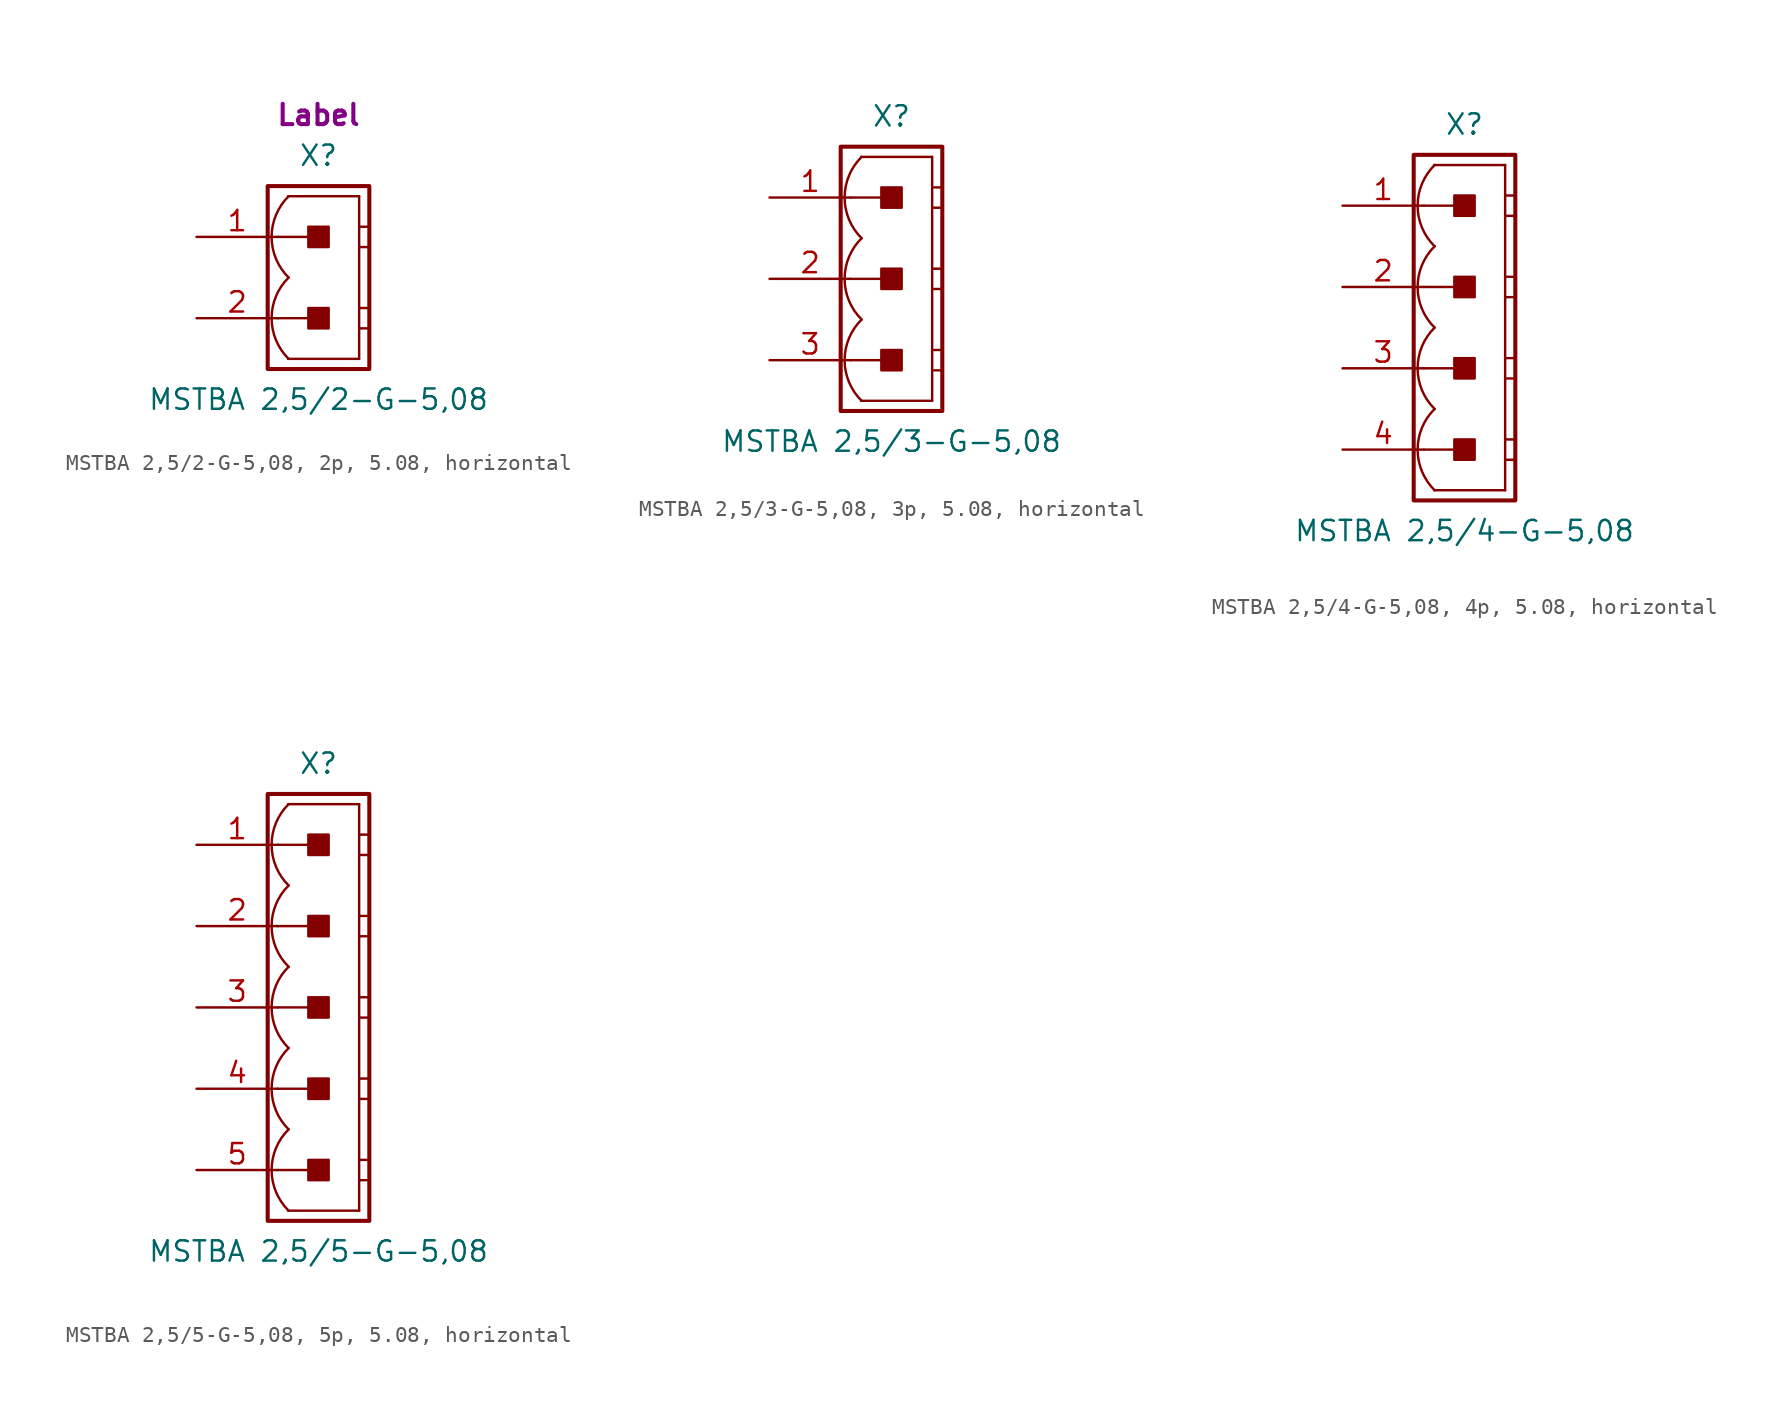
<source format=kicad_sym>
(kicad_symbol_lib
  (version 20241209)
  (generator "kicad_symbol_editor")
  (generator_version "9.0")
  (symbol "MSTBA 2,5/2-G-5,08, 2p, 5.08, horizontal"
    (pin_names
      (offset 1.016)
      (hide yes))
    (property "Reference" "X"
      (at 0 7.62 0)
      (effects (font (size 1.27 1.27))))
    (property "Value" "MSTBA 2,5/2-G-5,08"
      (at 0 -7.62 0)
      (effects (font (size 1.27 1.27))))
    (property "Label" "Label"
      (at 0 10.16 0)
      (effects (font (size 1.27 1.27) (thickness 0.254) (bold yes))))
    (symbol "MSTBA 2,5/2-G-5,08, 2p, 5.08, horizontal_0_1"
      (polyline (pts (xy 2.54 5.08) (xy -1.905 5.08)) (stroke (width 0.152) (type default)) (fill (type none)))
      (polyline (pts (xy 2.54 5.08) (xy 2.54 -5.08)) (stroke (width 0.152) (type default)) (fill (type none)))
      (polyline (pts (xy 2.54 3.175) (xy 3.175 3.175)) (stroke (width 0.152) (type default)) (fill (type none)))
      (polyline (pts (xy 2.54 1.905) (xy 3.175 1.905)) (stroke (width 0.152) (type default)) (fill (type none)))
      (polyline (pts (xy 2.54 -1.905) (xy 3.175 -1.905)) (stroke (width 0.152) (type default)) (fill (type none)))
      (polyline (pts (xy 2.54 -3.175) (xy 3.175 -3.175)) (stroke (width 0.152) (type default)) (fill (type none)))
      (polyline (pts (xy 2.54 -5.08) (xy -1.905 -5.08)) (stroke (width 0.152) (type default)) (fill (type none))))
    (symbol "MSTBA 2,5/2-G-5,08, 2p, 5.08, horizontal_1_0"
      (polyline (pts (xy -2.54 2.54) (xy 0 2.54)) (stroke (width 0.152) (type default)) (fill (type none)))
      (polyline (pts (xy -2.54 -2.54) (xy 0 -2.54)) (stroke (width 0.152) (type default)) (fill (type none))))
    (symbol "MSTBA 2,5/2-G-5,08, 2p, 5.08, horizontal_1_1"
      (rectangle (start -3.175 5.715) (end 3.175 -5.715) (stroke (width 0.254) (type default)) (fill (type none)))
      (rectangle (start -0.635 1.905) (end 0.635 3.175) (stroke (width 0.152) (type default)) (fill (type outline)))
      (rectangle (start -0.635 -3.175) (end 0.635 -1.905) (stroke (width 0.152) (type default)) (fill (type outline)))
      (arc (start -1.8664 0) (mid -2.9299 2.54) (end -1.8664 5.08) (stroke (width 0.1524) (type default)) (fill (type none)))
      (arc (start -1.8664 -5.08) (mid -2.9299 -2.54) (end -1.8664 0) (stroke (width 0.1524) (type default)) (fill (type none)))
      (pin passive line (at -7.62 2.54 0) (length 5.08) (name "1" (effects (font (size 1.27 1.27)))) (number "1" (effects (font (size 1.27 1.27)))))
      (pin passive line (at -7.62 -2.54 0) (length 5.08) (name "2" (effects (font (size 1.27 1.27)))) (number "2" (effects (font (size 1.27 1.27)))))))
  (symbol "MSTBA 2,5/3-G-5,08, 3p, 5.08, horizontal"
    (pin_names
      (offset 1.016)
      (hide yes))
    (property "Reference" "X"
      (at 0 10.16 0)
      (effects (font (size 1.27 1.27))))
    (property "Value" "MSTBA 2,5/3-G-5,08"
      (at 0 -10.16 0)
      (effects (font (size 1.27 1.27))))
    (property "Label" ""
      (at 0 0 0)
      (effects (font (size 1.27 1.27) (thickness 0.254) (bold yes))))
    (symbol "MSTBA 2,5/3-G-5,08, 3p, 5.08, horizontal_0_1"
      (polyline (pts (xy 2.54 7.62) (xy -1.905 7.62)) (stroke (width 0.152) (type default)) (fill (type none)))
      (polyline (pts (xy 2.54 7.62) (xy 2.54 -7.62)) (stroke (width 0.152) (type default)) (fill (type none)))
      (polyline (pts (xy 2.54 5.715) (xy 3.175 5.715)) (stroke (width 0.152) (type default)) (fill (type none)))
      (polyline (pts (xy 2.54 4.445) (xy 3.175 4.445)) (stroke (width 0.152) (type default)) (fill (type none)))
      (polyline (pts (xy 2.54 0.635) (xy 3.175 0.635)) (stroke (width 0.152) (type default)) (fill (type none)))
      (polyline (pts (xy 2.54 -0.635) (xy 3.175 -0.635)) (stroke (width 0.152) (type default)) (fill (type none)))
      (polyline (pts (xy 2.54 -4.445) (xy 3.175 -4.445)) (stroke (width 0.152) (type default)) (fill (type none)))
      (polyline (pts (xy 2.54 -5.715) (xy 3.175 -5.715)) (stroke (width 0.152) (type default)) (fill (type none)))
      (polyline (pts (xy 2.54 -7.62) (xy -1.905 -7.62)) (stroke (width 0.152) (type default)) (fill (type none))))
    (symbol "MSTBA 2,5/3-G-5,08, 3p, 5.08, horizontal_1_0"
      (polyline (pts (xy -2.54 5.08) (xy 0 5.08)) (stroke (width 0.152) (type default)) (fill (type none)))
      (polyline (pts (xy -2.54 0) (xy 0 0)) (stroke (width 0.152) (type default)) (fill (type none)))
      (polyline (pts (xy -2.54 -5.08) (xy 0 -5.08)) (stroke (width 0.152) (type default)) (fill (type none))))
    (symbol "MSTBA 2,5/3-G-5,08, 3p, 5.08, horizontal_1_1"
      (rectangle (start -3.175 8.255) (end 3.175 -8.255) (stroke (width 0.254) (type default)) (fill (type none)))
      (rectangle (start -0.635 4.445) (end 0.635 5.715) (stroke (width 0.152) (type default)) (fill (type outline)))
      (rectangle (start -0.635 -0.635) (end 0.635 0.635) (stroke (width 0.152) (type default)) (fill (type outline)))
      (rectangle (start -0.635 -5.715) (end 0.635 -4.445) (stroke (width 0.152) (type default)) (fill (type outline)))
      (arc (start -1.8664 2.54) (mid -2.9299 5.08) (end -1.8664 7.62) (stroke (width 0.1524) (type default)) (fill (type none)))
      (arc (start -1.8664 -2.54) (mid -2.9299 0) (end -1.8664 2.54) (stroke (width 0.1524) (type default)) (fill (type none)))
      (arc (start -1.8664 -7.62) (mid -2.9299 -5.08) (end -1.8664 -2.54) (stroke (width 0.1524) (type default)) (fill (type none)))
      (pin passive line (at -7.62 5.08 0) (length 5.08) (name "1" (effects (font (size 1.27 1.27)))) (number "1" (effects (font (size 1.27 1.27)))))
      (pin passive line (at -7.62 0 0) (length 5.08) (name "2" (effects (font (size 1.27 1.27)))) (number "2" (effects (font (size 1.27 1.27)))))
      (pin passive line (at -7.62 -5.08 0) (length 5.08) (name "3" (effects (font (size 1.27 1.27)))) (number "3" (effects (font (size 1.27 1.27)))))))
  (symbol "MSTBA 2,5/4-G-5,08, 4p, 5.08, horizontal"
    (pin_names
      (offset 1.016)
      (hide yes))
    (property "Reference" "X"
      (at 0 12.7 0)
      (effects (font (size 1.27 1.27))))
    (property "Value" "MSTBA 2,5/4-G-5,08"
      (at 0 -12.7 0)
      (effects (font (size 1.27 1.27))))
    (property "Label" ""
      (at 0 0 0)
      (effects (font (size 1.27 1.27) (thickness 0.254) (bold yes))))
    (symbol "MSTBA 2,5/4-G-5,08, 4p, 5.08, horizontal_0_1"
      (polyline (pts (xy 2.54 10.16) (xy -1.905 10.16)) (stroke (width 0.152) (type default)) (fill (type none)))
      (polyline (pts (xy 2.54 10.16) (xy 2.54 -10.16)) (stroke (width 0.152) (type default)) (fill (type none)))
      (polyline (pts (xy 2.54 8.255) (xy 3.175 8.255)) (stroke (width 0.152) (type default)) (fill (type none)))
      (polyline (pts (xy 2.54 6.985) (xy 3.175 6.985)) (stroke (width 0.152) (type default)) (fill (type none)))
      (polyline (pts (xy 2.54 3.175) (xy 3.175 3.175)) (stroke (width 0.152) (type default)) (fill (type none)))
      (polyline (pts (xy 2.54 1.905) (xy 3.175 1.905)) (stroke (width 0.152) (type default)) (fill (type none)))
      (polyline (pts (xy 2.54 -1.905) (xy 3.175 -1.905)) (stroke (width 0.152) (type default)) (fill (type none)))
      (polyline (pts (xy 2.54 -3.175) (xy 3.175 -3.175)) (stroke (width 0.152) (type default)) (fill (type none)))
      (polyline (pts (xy 2.54 -6.985) (xy 3.175 -6.985)) (stroke (width 0.152) (type default)) (fill (type none)))
      (polyline (pts (xy 2.54 -8.255) (xy 3.175 -8.255)) (stroke (width 0.152) (type default)) (fill (type none)))
      (polyline (pts (xy 2.54 -10.16) (xy -1.905 -10.16)) (stroke (width 0.152) (type default)) (fill (type none))))
    (symbol "MSTBA 2,5/4-G-5,08, 4p, 5.08, horizontal_1_0"
      (polyline (pts (xy -2.54 7.62) (xy 0 7.62)) (stroke (width 0.152) (type default)) (fill (type none)))
      (polyline (pts (xy -2.54 2.54) (xy 0 2.54)) (stroke (width 0.152) (type default)) (fill (type none)))
      (polyline (pts (xy -2.54 -2.54) (xy 0 -2.54)) (stroke (width 0.152) (type default)) (fill (type none)))
      (polyline (pts (xy -2.54 -7.62) (xy 0 -7.62)) (stroke (width 0.152) (type default)) (fill (type none))))
    (symbol "MSTBA 2,5/4-G-5,08, 4p, 5.08, horizontal_1_1"
      (rectangle (start -3.175 10.795) (end 3.175 -10.795) (stroke (width 0.254) (type default)) (fill (type none)))
      (rectangle (start -0.635 6.985) (end 0.635 8.255) (stroke (width 0.152) (type default)) (fill (type outline)))
      (rectangle (start -0.635 1.905) (end 0.635 3.175) (stroke (width 0.152) (type default)) (fill (type outline)))
      (rectangle (start -0.635 -3.175) (end 0.635 -1.905) (stroke (width 0.152) (type default)) (fill (type outline)))
      (rectangle (start -0.635 -8.255) (end 0.635 -6.985) (stroke (width 0.152) (type default)) (fill (type outline)))
      (arc (start -1.8664 5.08) (mid -2.9299 7.62) (end -1.8664 10.16) (stroke (width 0.1524) (type default)) (fill (type none)))
      (arc (start -1.8664 0) (mid -2.9299 2.54) (end -1.8664 5.08) (stroke (width 0.1524) (type default)) (fill (type none)))
      (arc (start -1.8664 -5.08) (mid -2.9299 -2.54) (end -1.8664 0) (stroke (width 0.1524) (type default)) (fill (type none)))
      (arc (start -1.8664 -10.16) (mid -2.9299 -7.62) (end -1.8664 -5.08) (stroke (width 0.1524) (type default)) (fill (type none)))
      (pin passive line (at -7.62 7.62 0) (length 5.08) (name "1" (effects (font (size 1.27 1.27)))) (number "1" (effects (font (size 1.27 1.27)))))
      (pin passive line (at -7.62 2.54 0) (length 5.08) (name "2" (effects (font (size 1.27 1.27)))) (number "2" (effects (font (size 1.27 1.27)))))
      (pin passive line (at -7.62 -2.54 0) (length 5.08) (name "3" (effects (font (size 1.27 1.27)))) (number "3" (effects (font (size 1.27 1.27)))))
      (pin passive line (at -7.62 -7.62 0) (length 5.08) (name "4" (effects (font (size 1.27 1.27)))) (number "4" (effects (font (size 1.27 1.27)))))))
  (symbol "MSTBA 2,5/5-G-5,08, 5p, 5.08, horizontal"
    (pin_names
      (offset 1.016)
      (hide yes))
    (property "Reference" "X"
      (at 0 15.24 0)
      (effects (font (size 1.27 1.27))))
    (property "Value" "MSTBA 2,5/5-G-5,08"
      (at 0 -15.24 0)
      (effects (font (size 1.27 1.27))))
    (property "Label" ""
      (at 0 0 0)
      (effects (font (size 1.27 1.27) (thickness 0.254) (bold yes))))
    (symbol "MSTBA 2,5/5-G-5,08, 5p, 5.08, horizontal_0_1"
      (polyline (pts (xy 2.54 12.7) (xy -1.905 12.7)) (stroke (width 0.152) (type default)) (fill (type none)))
      (polyline (pts (xy 2.54 12.7) (xy 2.54 -12.7)) (stroke (width 0.152) (type default)) (fill (type none)))
      (polyline (pts (xy 2.54 10.795) (xy 3.175 10.795)) (stroke (width 0.152) (type default)) (fill (type none)))
      (polyline (pts (xy 2.54 9.525) (xy 3.175 9.525)) (stroke (width 0.152) (type default)) (fill (type none)))
      (polyline (pts (xy 2.54 5.715) (xy 3.175 5.715)) (stroke (width 0.152) (type default)) (fill (type none)))
      (polyline (pts (xy 2.54 4.445) (xy 3.175 4.445)) (stroke (width 0.152) (type default)) (fill (type none)))
      (polyline (pts (xy 2.54 0.635) (xy 3.175 0.635)) (stroke (width 0.152) (type default)) (fill (type none)))
      (polyline (pts (xy 2.54 -0.635) (xy 3.175 -0.635)) (stroke (width 0.152) (type default)) (fill (type none)))
      (polyline (pts (xy 2.54 -4.445) (xy 3.175 -4.445)) (stroke (width 0.152) (type default)) (fill (type none)))
      (polyline (pts (xy 2.54 -5.715) (xy 3.175 -5.715)) (stroke (width 0.152) (type default)) (fill (type none)))
      (polyline (pts (xy 2.54 -9.525) (xy 3.175 -9.525)) (stroke (width 0.152) (type default)) (fill (type none)))
      (polyline (pts (xy 2.54 -10.795) (xy 3.175 -10.795)) (stroke (width 0.152) (type default)) (fill (type none)))
      (polyline (pts (xy 2.54 -12.7) (xy -1.905 -12.7)) (stroke (width 0.152) (type default)) (fill (type none))))
    (symbol "MSTBA 2,5/5-G-5,08, 5p, 5.08, horizontal_1_0"
      (polyline (pts (xy -2.54 10.16) (xy 0 10.16)) (stroke (width 0.152) (type default)) (fill (type none)))
      (polyline (pts (xy -2.54 5.08) (xy 0 5.08)) (stroke (width 0.152) (type default)) (fill (type none)))
      (polyline (pts (xy -2.54 0) (xy 0 0)) (stroke (width 0.152) (type default)) (fill (type none)))
      (polyline (pts (xy -2.54 -5.08) (xy 0 -5.08)) (stroke (width 0.152) (type default)) (fill (type none)))
      (polyline (pts (xy -2.54 -10.16) (xy 0 -10.16)) (stroke (width 0.152) (type default)) (fill (type none))))
    (symbol "MSTBA 2,5/5-G-5,08, 5p, 5.08, horizontal_1_1"
      (rectangle (start -3.175 13.335) (end 3.175 -13.335) (stroke (width 0.254) (type default)) (fill (type none)))
      (rectangle (start -0.635 9.525) (end 0.635 10.795) (stroke (width 0.152) (type default)) (fill (type outline)))
      (rectangle (start -0.635 4.445) (end 0.635 5.715) (stroke (width 0.152) (type default)) (fill (type outline)))
      (rectangle (start -0.635 -0.635) (end 0.635 0.635) (stroke (width 0.152) (type default)) (fill (type outline)))
      (rectangle (start -0.635 -5.715) (end 0.635 -4.445) (stroke (width 0.152) (type default)) (fill (type outline)))
      (rectangle (start -0.635 -10.795) (end 0.635 -9.525) (stroke (width 0.152) (type default)) (fill (type outline)))
      (arc (start -1.8664 7.62) (mid -2.9299 10.16) (end -1.8664 12.7) (stroke (width 0.1524) (type default)) (fill (type none)))
      (arc (start -1.8664 2.54) (mid -2.9299 5.08) (end -1.8664 7.62) (stroke (width 0.1524) (type default)) (fill (type none)))
      (arc (start -1.8664 -2.54) (mid -2.9299 0) (end -1.8664 2.54) (stroke (width 0.1524) (type default)) (fill (type none)))
      (arc (start -1.8664 -7.62) (mid -2.9299 -5.08) (end -1.8664 -2.54) (stroke (width 0.1524) (type default)) (fill (type none)))
      (arc (start -1.8664 -12.7) (mid -2.9299 -10.16) (end -1.8664 -7.62) (stroke (width 0.1524) (type default)) (fill (type none)))
      (pin passive line (at -7.62 10.16 0) (length 5.08) (name "1" (effects (font (size 1.27 1.27)))) (number "1" (effects (font (size 1.27 1.27)))))
      (pin passive line (at -7.62 5.08 0) (length 5.08) (name "2" (effects (font (size 1.27 1.27)))) (number "2" (effects (font (size 1.27 1.27)))))
      (pin passive line (at -7.62 0 0) (length 5.08) (name "3" (effects (font (size 1.27 1.27)))) (number "3" (effects (font (size 1.27 1.27)))))
      (pin passive line (at -7.62 -5.08 0) (length 5.08) (name "4" (effects (font (size 1.27 1.27)))) (number "4" (effects (font (size 1.27 1.27)))))
      (pin passive line (at -7.62 -10.16 0) (length 5.08) (name "5" (effects (font (size 1.27 1.27)))) (number "5" (effects (font (size 1.27 1.27))))))))
</source>
